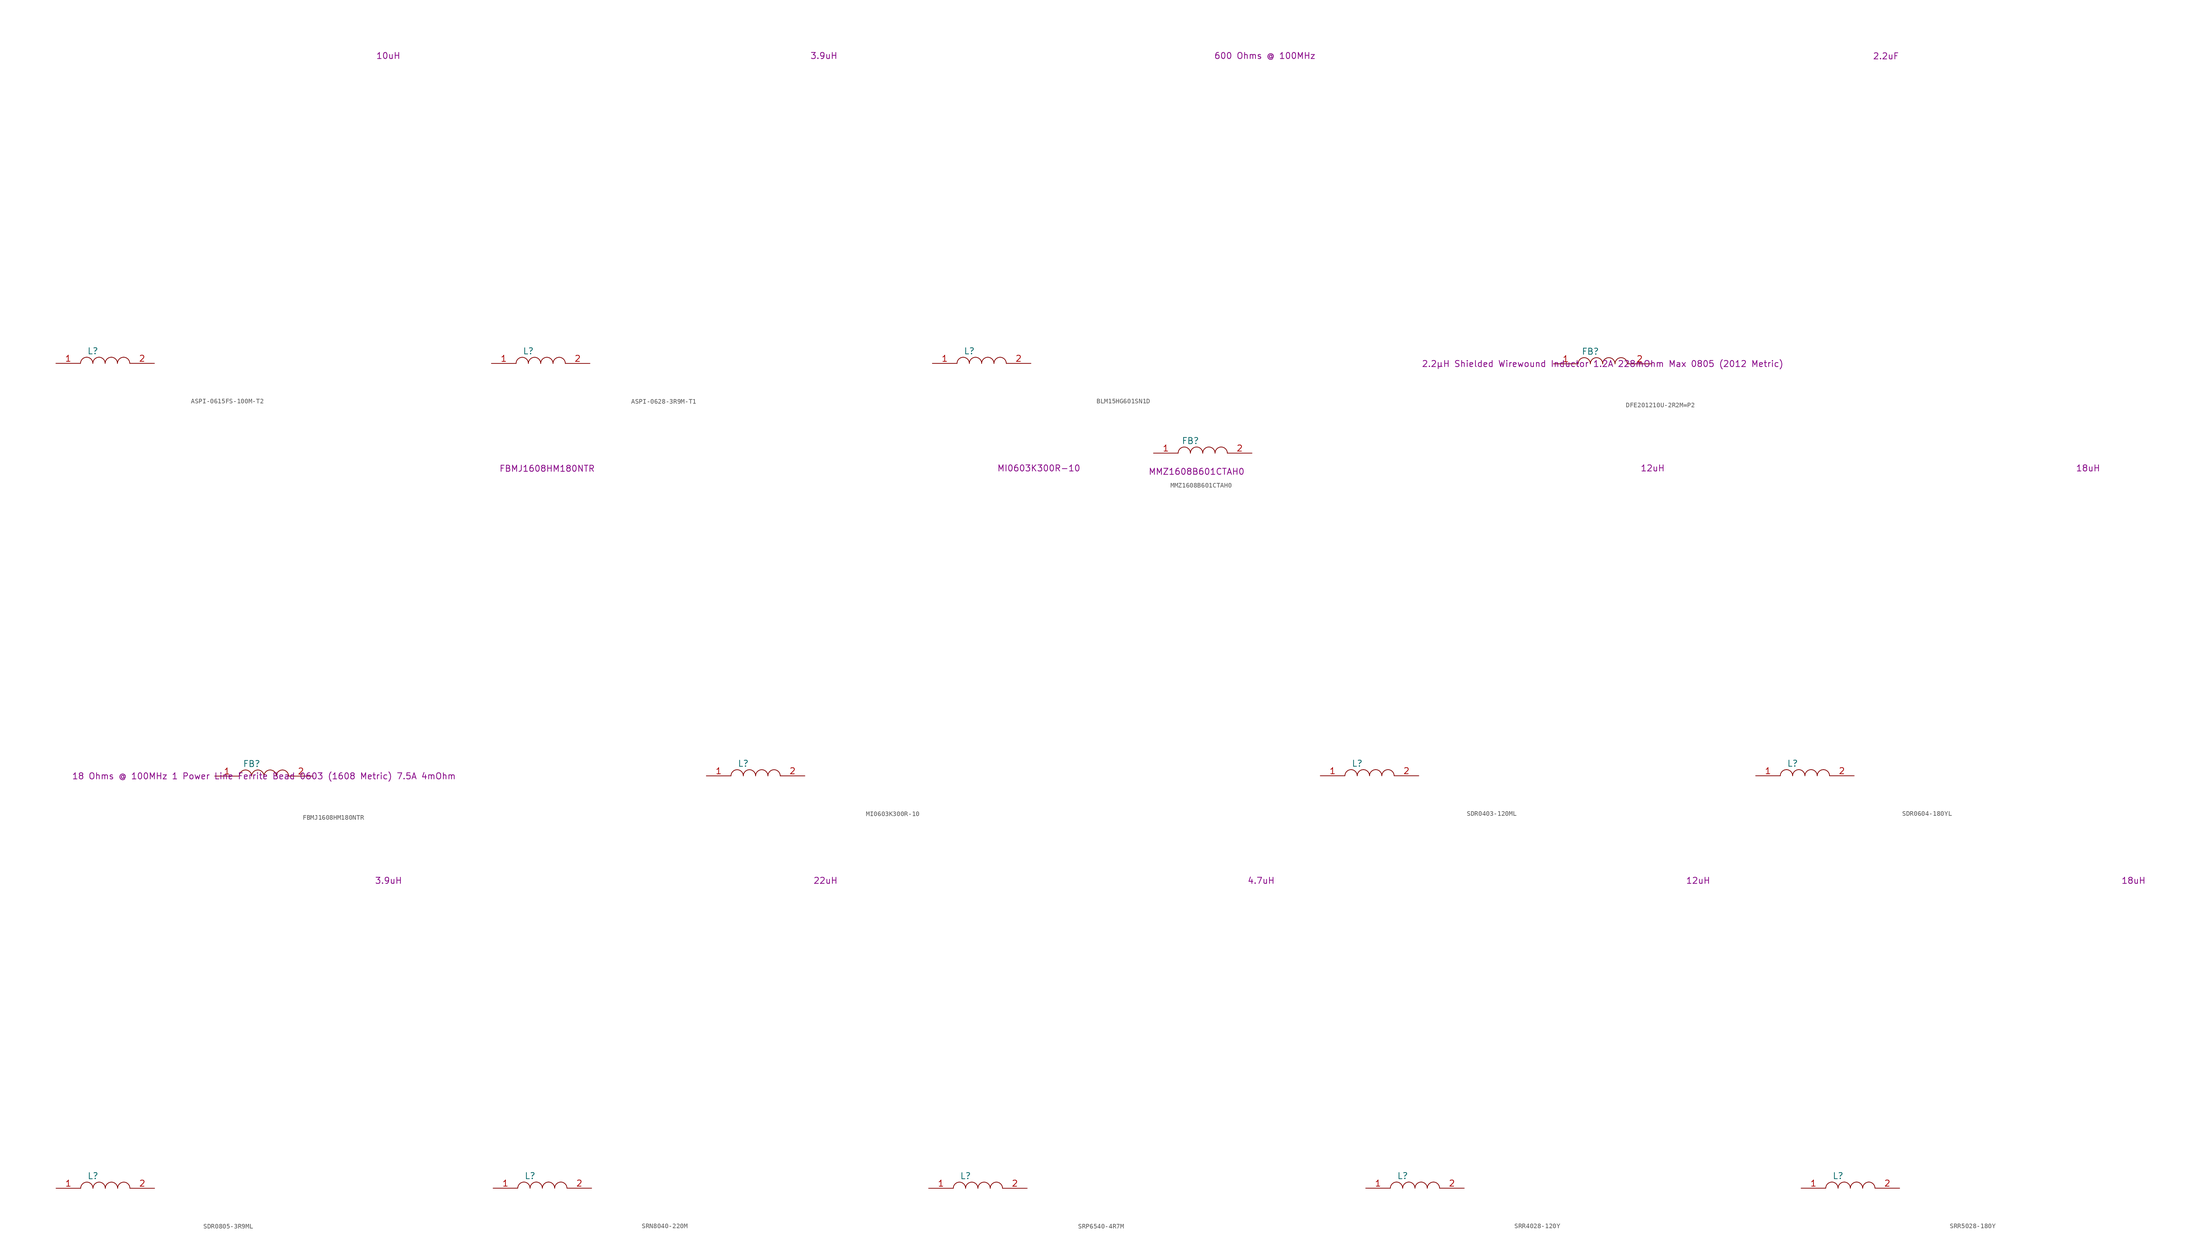
<source format=kicad_sym>
(kicad_symbol_lib
  (version 20241209)
  (generator "kicad_symbol_editor")
  (generator_version "9.0")
  (symbol "ASPI-0615FS-100M-T2"
    (pin_names
      (offset 1.016))
    (property "Reference" "L"
      (at -2.54 2.54 0)
      (effects (font (size 1.27 1.27))))
    (property "_Value_" "10uH"
      (at 58.42 63.5 0)
      (effects (font (size 1.27 1.27))))
    (symbol "ASPI-0615FS-100M-T2_1_1"
      (arc (start -5.08 0) (mid -4.7066 0.8888) (end -3.81 1.27) (stroke (width 0) (type solid)) (fill (type none)))
      (arc (start -3.81 1.27) (mid -2.9212 0.8966) (end -2.54 0) (stroke (width 0) (type solid)) (fill (type none)))
      (arc (start -2.54 0) (mid -2.1666 0.8888) (end -1.27 1.27) (stroke (width 0) (type solid)) (fill (type none)))
      (arc (start -1.27 1.27) (mid -0.3812 0.8966) (end 0 0) (stroke (width 0) (type solid)) (fill (type none)))
      (arc (start 0 0) (mid 0.3734 0.8888) (end 1.27 1.27) (stroke (width 0) (type solid)) (fill (type none)))
      (arc (start 1.27 1.27) (mid 2.1588 0.8966) (end 2.54 0) (stroke (width 0) (type solid)) (fill (type none)))
      (arc (start 2.54 0) (mid 2.9134 0.8888) (end 3.81 1.27) (stroke (width 0) (type solid)) (fill (type none)))
      (arc (start 3.81 1.27) (mid 4.6988 0.8966) (end 5.08 0) (stroke (width 0) (type solid)) (fill (type none)))
      (pin input line (at -10.16 0 0) (length 5.08) (name "~" (effects (font (size 1.27 1.27)))) (number "1" (effects (font (size 1.27 1.27)))))
      (pin input line (at 10.16 0 180) (length 5.08) (name "~" (effects (font (size 1.27 1.27)))) (number "2" (effects (font (size 1.27 1.27)))))))
  (symbol "ASPI-0628-3R9M-T1"
    (pin_names
      (offset 1.016))
    (property "Reference" "L"
      (at -2.54 2.54 0)
      (effects (font (size 1.27 1.27))))
    (property "_Value_" "3.9uH"
      (at 58.42 63.5 0)
      (effects (font (size 1.27 1.27))))
    (symbol "ASPI-0628-3R9M-T1_1_1"
      (arc (start -5.08 0) (mid -4.7066 0.8888) (end -3.81 1.27) (stroke (width 0) (type solid)) (fill (type none)))
      (arc (start -3.81 1.27) (mid -2.9212 0.8966) (end -2.54 0) (stroke (width 0) (type solid)) (fill (type none)))
      (arc (start -2.54 0) (mid -2.1666 0.8888) (end -1.27 1.27) (stroke (width 0) (type solid)) (fill (type none)))
      (arc (start -1.27 1.27) (mid -0.3812 0.8966) (end 0 0) (stroke (width 0) (type solid)) (fill (type none)))
      (arc (start 0 0) (mid 0.3734 0.8888) (end 1.27 1.27) (stroke (width 0) (type solid)) (fill (type none)))
      (arc (start 1.27 1.27) (mid 2.1588 0.8966) (end 2.54 0) (stroke (width 0) (type solid)) (fill (type none)))
      (arc (start 2.54 0) (mid 2.9134 0.8888) (end 3.81 1.27) (stroke (width 0) (type solid)) (fill (type none)))
      (arc (start 3.81 1.27) (mid 4.6988 0.8966) (end 5.08 0) (stroke (width 0) (type solid)) (fill (type none)))
      (pin input line (at -10.16 0 0) (length 5.08) (name "~" (effects (font (size 1.27 1.27)))) (number "1" (effects (font (size 1.27 1.27)))))
      (pin input line (at 10.16 0 180) (length 5.08) (name "~" (effects (font (size 1.27 1.27)))) (number "2" (effects (font (size 1.27 1.27)))))))
  (symbol "BLM15HG601SN1D"
    (pin_names
      (offset 1.016))
    (property "Reference" "L"
      (at -2.54 2.54 0)
      (effects (font (size 1.27 1.27))))
    (property "_Value_" "600 Ohms @ 100MHz"
      (at 58.42 63.5 0)
      (effects (font (size 1.27 1.27))))
    (symbol "BLM15HG601SN1D_1_1"
      (arc (start -5.08 0) (mid -4.7066 0.8888) (end -3.81 1.27) (stroke (width 0) (type solid)) (fill (type none)))
      (arc (start -3.81 1.27) (mid -2.9212 0.8966) (end -2.54 0) (stroke (width 0) (type solid)) (fill (type none)))
      (arc (start -2.54 0) (mid -2.1666 0.8888) (end -1.27 1.27) (stroke (width 0) (type solid)) (fill (type none)))
      (arc (start -1.27 1.27) (mid -0.3812 0.8966) (end 0 0) (stroke (width 0) (type solid)) (fill (type none)))
      (arc (start 0 0) (mid 0.3734 0.8888) (end 1.27 1.27) (stroke (width 0) (type solid)) (fill (type none)))
      (arc (start 1.27 1.27) (mid 2.1588 0.8966) (end 2.54 0) (stroke (width 0) (type solid)) (fill (type none)))
      (arc (start 2.54 0) (mid 2.9134 0.8888) (end 3.81 1.27) (stroke (width 0) (type solid)) (fill (type none)))
      (arc (start 3.81 1.27) (mid 4.6988 0.8966) (end 5.08 0) (stroke (width 0) (type solid)) (fill (type none)))
      (pin input line (at -10.16 0 0) (length 5.08) (name "~" (effects (font (size 1.27 1.27)))) (number "1" (effects (font (size 1.27 1.27)))))
      (pin input line (at 10.16 0 180) (length 5.08) (name "~" (effects (font (size 1.27 1.27)))) (number "2" (effects (font (size 1.27 1.27)))))))
  (symbol "DFE201210U-2R2M=P2"
    (pin_names
      (offset 1.016))
    (property "Reference" "FB"
      (at -2.54 2.54 0)
      (effects (font (size 1.27 1.27))))
    (property "_Value_" "2.2uF"
      (at 58.42 63.5 0)
      (effects (font (size 1.27 1.27))))
    (property "Description_1" "2.2µH Shielded Wirewound Inductor 1.2A 228mOhm Max 0805 (2012 Metric)"
      (at 0 0 0)
      (effects (font (size 1.27 1.27))))
    (symbol "DFE201210U-2R2M=P2_1_1"
      (arc (start -5.08 0) (mid -4.7066 0.8888) (end -3.81 1.27) (stroke (width 0) (type solid)) (fill (type none)))
      (arc (start -3.81 1.27) (mid -2.9212 0.8966) (end -2.54 0) (stroke (width 0) (type solid)) (fill (type none)))
      (arc (start -2.54 0) (mid -2.1666 0.8888) (end -1.27 1.27) (stroke (width 0) (type solid)) (fill (type none)))
      (arc (start -1.27 1.27) (mid -0.3812 0.8966) (end 0 0) (stroke (width 0) (type solid)) (fill (type none)))
      (arc (start 0 0) (mid 0.3734 0.8888) (end 1.27 1.27) (stroke (width 0) (type solid)) (fill (type none)))
      (arc (start 1.27 1.27) (mid 2.1588 0.8966) (end 2.54 0) (stroke (width 0) (type solid)) (fill (type none)))
      (arc (start 2.54 0) (mid 2.9134 0.8888) (end 3.81 1.27) (stroke (width 0) (type solid)) (fill (type none)))
      (arc (start 3.81 1.27) (mid 4.6988 0.8966) (end 5.08 0) (stroke (width 0) (type solid)) (fill (type none)))
      (pin input line (at -10.16 0 0) (length 5.08) (name "~" (effects (font (size 1.27 1.27)))) (number "1" (effects (font (size 1.27 1.27)))))
      (pin input line (at 10.16 0 180) (length 5.08) (name "~" (effects (font (size 1.27 1.27)))) (number "2" (effects (font (size 1.27 1.27)))))))
  (symbol "FBMJ1608HM180NTR"
    (pin_names
      (offset 1.016))
    (property "Reference" "FB"
      (at -2.54 2.54 0)
      (effects (font (size 1.27 1.27))))
    (property "_Value_" "FBMJ1608HM180NTR"
      (at 58.42 63.5 0)
      (effects (font (size 1.27 1.27))))
    (property "Description_1" "18 Ohms @ 100MHz 1 Power Line Ferrite Bead 0603 (1608 Metric) 7.5A 4mOhm"
      (at 0 0 0)
      (effects (font (size 1.27 1.27))))
    (symbol "FBMJ1608HM180NTR_1_1"
      (arc (start -5.08 0) (mid -4.7066 0.8888) (end -3.81 1.27) (stroke (width 0) (type solid)) (fill (type none)))
      (arc (start -3.81 1.27) (mid -2.9212 0.8966) (end -2.54 0) (stroke (width 0) (type solid)) (fill (type none)))
      (arc (start -2.54 0) (mid -2.1666 0.8888) (end -1.27 1.27) (stroke (width 0) (type solid)) (fill (type none)))
      (arc (start -1.27 1.27) (mid -0.3812 0.8966) (end 0 0) (stroke (width 0) (type solid)) (fill (type none)))
      (arc (start 0 0) (mid 0.3734 0.8888) (end 1.27 1.27) (stroke (width 0) (type solid)) (fill (type none)))
      (arc (start 1.27 1.27) (mid 2.1588 0.8966) (end 2.54 0) (stroke (width 0) (type solid)) (fill (type none)))
      (arc (start 2.54 0) (mid 2.9134 0.8888) (end 3.81 1.27) (stroke (width 0) (type solid)) (fill (type none)))
      (arc (start 3.81 1.27) (mid 4.6988 0.8966) (end 5.08 0) (stroke (width 0) (type solid)) (fill (type none)))
      (pin input line (at -10.16 0 0) (length 5.08) (name "~" (effects (font (size 1.27 1.27)))) (number "1" (effects (font (size 1.27 1.27)))))
      (pin input line (at 10.16 0 180) (length 5.08) (name "~" (effects (font (size 1.27 1.27)))) (number "2" (effects (font (size 1.27 1.27)))))))
  (symbol "MI0603K300R-10"
    (pin_names
      (offset 1.016))
    (property "Reference" "L"
      (at -2.54 2.54 0)
      (effects (font (size 1.27 1.27))))
    (property "_Value_" "MI0603K300R-10"
      (at 58.42 63.5 0)
      (effects (font (size 1.27 1.27))))
    (symbol "MI0603K300R-10_1_1"
      (arc (start -5.08 0) (mid -4.7066 0.8888) (end -3.81 1.27) (stroke (width 0) (type solid)) (fill (type none)))
      (arc (start -3.81 1.27) (mid -2.9212 0.8966) (end -2.54 0) (stroke (width 0) (type solid)) (fill (type none)))
      (arc (start -2.54 0) (mid -2.1666 0.8888) (end -1.27 1.27) (stroke (width 0) (type solid)) (fill (type none)))
      (arc (start -1.27 1.27) (mid -0.3812 0.8966) (end 0 0) (stroke (width 0) (type solid)) (fill (type none)))
      (arc (start 0 0) (mid 0.3734 0.8888) (end 1.27 1.27) (stroke (width 0) (type solid)) (fill (type none)))
      (arc (start 1.27 1.27) (mid 2.1588 0.8966) (end 2.54 0) (stroke (width 0) (type solid)) (fill (type none)))
      (arc (start 2.54 0) (mid 2.9134 0.8888) (end 3.81 1.27) (stroke (width 0) (type solid)) (fill (type none)))
      (arc (start 3.81 1.27) (mid 4.6988 0.8966) (end 5.08 0) (stroke (width 0) (type solid)) (fill (type none)))
      (pin input line (at -10.16 0 0) (length 5.08) (name "~" (effects (font (size 1.27 1.27)))) (number "1" (effects (font (size 1.27 1.27)))))
      (pin input line (at 10.16 0 180) (length 5.08) (name "~" (effects (font (size 1.27 1.27)))) (number "2" (effects (font (size 1.27 1.27)))))))
  (symbol "MMZ1608B601CTAH0"
    (pin_names
      (offset 1.016))
    (property "Reference" "FB"
      (at -2.54 2.54 0)
      (effects (font (size 1.27 1.27))))
    (property "_Value_" "MMZ1608B601CTAH0"
      (at -1.27 -3.81 0)
      (effects (font (size 1.27 1.27))))
    (symbol "MMZ1608B601CTAH0_1_1"
      (arc (start -5.08 0) (mid -4.7066 0.8888) (end -3.81 1.27) (stroke (width 0) (type solid)) (fill (type none)))
      (arc (start -3.81 1.27) (mid -2.9212 0.8966) (end -2.54 0) (stroke (width 0) (type solid)) (fill (type none)))
      (arc (start -2.54 0) (mid -2.1666 0.8888) (end -1.27 1.27) (stroke (width 0) (type solid)) (fill (type none)))
      (arc (start -1.27 1.27) (mid -0.3812 0.8966) (end 0 0) (stroke (width 0) (type solid)) (fill (type none)))
      (arc (start 0 0) (mid 0.3734 0.8888) (end 1.27 1.27) (stroke (width 0) (type solid)) (fill (type none)))
      (arc (start 1.27 1.27) (mid 2.1588 0.8966) (end 2.54 0) (stroke (width 0) (type solid)) (fill (type none)))
      (arc (start 2.54 0) (mid 2.9134 0.8888) (end 3.81 1.27) (stroke (width 0) (type solid)) (fill (type none)))
      (arc (start 3.81 1.27) (mid 4.6988 0.8966) (end 5.08 0) (stroke (width 0) (type solid)) (fill (type none)))
      (pin input line (at -10.16 0 0) (length 5.08) (name "~" (effects (font (size 1.27 1.27)))) (number "1" (effects (font (size 1.27 1.27)))))
      (pin input line (at 10.16 0 180) (length 5.08) (name "~" (effects (font (size 1.27 1.27)))) (number "2" (effects (font (size 1.27 1.27)))))))
  (symbol "SDR0403-120ML"
    (pin_names
      (offset 1.016))
    (property "Reference" "L"
      (at -2.54 2.54 0)
      (effects (font (size 1.27 1.27))))
    (property "_Value_" "12uH"
      (at 58.42 63.5 0)
      (effects (font (size 1.27 1.27))))
    (symbol "SDR0403-120ML_1_1"
      (arc (start -5.08 0) (mid -4.7066 0.8888) (end -3.81 1.27) (stroke (width 0) (type solid)) (fill (type none)))
      (arc (start -3.81 1.27) (mid -2.9212 0.8966) (end -2.54 0) (stroke (width 0) (type solid)) (fill (type none)))
      (arc (start -2.54 0) (mid -2.1666 0.8888) (end -1.27 1.27) (stroke (width 0) (type solid)) (fill (type none)))
      (arc (start -1.27 1.27) (mid -0.3812 0.8966) (end 0 0) (stroke (width 0) (type solid)) (fill (type none)))
      (arc (start 0 0) (mid 0.3734 0.8888) (end 1.27 1.27) (stroke (width 0) (type solid)) (fill (type none)))
      (arc (start 1.27 1.27) (mid 2.1588 0.8966) (end 2.54 0) (stroke (width 0) (type solid)) (fill (type none)))
      (arc (start 2.54 0) (mid 2.9134 0.8888) (end 3.81 1.27) (stroke (width 0) (type solid)) (fill (type none)))
      (arc (start 3.81 1.27) (mid 4.6988 0.8966) (end 5.08 0) (stroke (width 0) (type solid)) (fill (type none)))
      (pin input line (at -10.16 0 0) (length 5.08) (name "~" (effects (font (size 1.27 1.27)))) (number "1" (effects (font (size 1.27 1.27)))))
      (pin input line (at 10.16 0 180) (length 5.08) (name "~" (effects (font (size 1.27 1.27)))) (number "2" (effects (font (size 1.27 1.27)))))))
  (symbol "SDR0604-180YL"
    (pin_names
      (offset 1.016))
    (property "Reference" "L"
      (at -2.54 2.54 0)
      (effects (font (size 1.27 1.27))))
    (property "_Value_" "18uH"
      (at 58.42 63.5 0)
      (effects (font (size 1.27 1.27))))
    (symbol "SDR0604-180YL_1_1"
      (arc (start -5.08 0) (mid -4.7066 0.8888) (end -3.81 1.27) (stroke (width 0) (type solid)) (fill (type none)))
      (arc (start -3.81 1.27) (mid -2.9212 0.8966) (end -2.54 0) (stroke (width 0) (type solid)) (fill (type none)))
      (arc (start -2.54 0) (mid -2.1666 0.8888) (end -1.27 1.27) (stroke (width 0) (type solid)) (fill (type none)))
      (arc (start -1.27 1.27) (mid -0.3812 0.8966) (end 0 0) (stroke (width 0) (type solid)) (fill (type none)))
      (arc (start 0 0) (mid 0.3734 0.8888) (end 1.27 1.27) (stroke (width 0) (type solid)) (fill (type none)))
      (arc (start 1.27 1.27) (mid 2.1588 0.8966) (end 2.54 0) (stroke (width 0) (type solid)) (fill (type none)))
      (arc (start 2.54 0) (mid 2.9134 0.8888) (end 3.81 1.27) (stroke (width 0) (type solid)) (fill (type none)))
      (arc (start 3.81 1.27) (mid 4.6988 0.8966) (end 5.08 0) (stroke (width 0) (type solid)) (fill (type none)))
      (pin input line (at -10.16 0 0) (length 5.08) (name "~" (effects (font (size 1.27 1.27)))) (number "1" (effects (font (size 1.27 1.27)))))
      (pin input line (at 10.16 0 180) (length 5.08) (name "~" (effects (font (size 1.27 1.27)))) (number "2" (effects (font (size 1.27 1.27)))))))
  (symbol "SDR0805-3R9ML"
    (pin_names
      (offset 1.016))
    (property "Reference" "L"
      (at -2.54 2.54 0)
      (effects (font (size 1.27 1.27))))
    (property "_Value_" "3.9uH"
      (at 58.42 63.5 0)
      (effects (font (size 1.27 1.27))))
    (symbol "SDR0805-3R9ML_1_1"
      (arc (start -5.08 0) (mid -4.7066 0.8888) (end -3.81 1.27) (stroke (width 0) (type solid)) (fill (type none)))
      (arc (start -3.81 1.27) (mid -2.9212 0.8966) (end -2.54 0) (stroke (width 0) (type solid)) (fill (type none)))
      (arc (start -2.54 0) (mid -2.1666 0.8888) (end -1.27 1.27) (stroke (width 0) (type solid)) (fill (type none)))
      (arc (start -1.27 1.27) (mid -0.3812 0.8966) (end 0 0) (stroke (width 0) (type solid)) (fill (type none)))
      (arc (start 0 0) (mid 0.3734 0.8888) (end 1.27 1.27) (stroke (width 0) (type solid)) (fill (type none)))
      (arc (start 1.27 1.27) (mid 2.1588 0.8966) (end 2.54 0) (stroke (width 0) (type solid)) (fill (type none)))
      (arc (start 2.54 0) (mid 2.9134 0.8888) (end 3.81 1.27) (stroke (width 0) (type solid)) (fill (type none)))
      (arc (start 3.81 1.27) (mid 4.6988 0.8966) (end 5.08 0) (stroke (width 0) (type solid)) (fill (type none)))
      (pin input line (at -10.16 0 0) (length 5.08) (name "~" (effects (font (size 1.27 1.27)))) (number "1" (effects (font (size 1.27 1.27)))))
      (pin input line (at 10.16 0 180) (length 5.08) (name "~" (effects (font (size 1.27 1.27)))) (number "2" (effects (font (size 1.27 1.27)))))))
  (symbol "SRN8040-220M"
    (pin_names
      (offset 1.016))
    (property "Reference" "L"
      (at -2.54 2.54 0)
      (effects (font (size 1.27 1.27))))
    (property "_Value_" "22uH"
      (at 58.42 63.5 0)
      (effects (font (size 1.27 1.27))))
    (symbol "SRN8040-220M_1_1"
      (arc (start -5.08 0) (mid -4.7066 0.8888) (end -3.81 1.27) (stroke (width 0) (type solid)) (fill (type none)))
      (arc (start -3.81 1.27) (mid -2.9212 0.8966) (end -2.54 0) (stroke (width 0) (type solid)) (fill (type none)))
      (arc (start -2.54 0) (mid -2.1666 0.8888) (end -1.27 1.27) (stroke (width 0) (type solid)) (fill (type none)))
      (arc (start -1.27 1.27) (mid -0.3812 0.8966) (end 0 0) (stroke (width 0) (type solid)) (fill (type none)))
      (arc (start 0 0) (mid 0.3734 0.8888) (end 1.27 1.27) (stroke (width 0) (type solid)) (fill (type none)))
      (arc (start 1.27 1.27) (mid 2.1588 0.8966) (end 2.54 0) (stroke (width 0) (type solid)) (fill (type none)))
      (arc (start 2.54 0) (mid 2.9134 0.8888) (end 3.81 1.27) (stroke (width 0) (type solid)) (fill (type none)))
      (arc (start 3.81 1.27) (mid 4.6988 0.8966) (end 5.08 0) (stroke (width 0) (type solid)) (fill (type none)))
      (pin input line (at -10.16 0 0) (length 5.08) (name "~" (effects (font (size 1.27 1.27)))) (number "1" (effects (font (size 1.27 1.27)))))
      (pin input line (at 10.16 0 180) (length 5.08) (name "~" (effects (font (size 1.27 1.27)))) (number "2" (effects (font (size 1.27 1.27)))))))
  (symbol "SRP6540-4R7M"
    (pin_names
      (offset 1.016))
    (property "Reference" "L"
      (at -2.54 2.54 0)
      (effects (font (size 1.27 1.27))))
    (property "_Value_" "4.7uH"
      (at 58.42 63.5 0)
      (effects (font (size 1.27 1.27))))
    (symbol "SRP6540-4R7M_1_1"
      (arc (start -5.08 0) (mid -4.7066 0.8888) (end -3.81 1.27) (stroke (width 0) (type solid)) (fill (type none)))
      (arc (start -3.81 1.27) (mid -2.9212 0.8966) (end -2.54 0) (stroke (width 0) (type solid)) (fill (type none)))
      (arc (start -2.54 0) (mid -2.1666 0.8888) (end -1.27 1.27) (stroke (width 0) (type solid)) (fill (type none)))
      (arc (start -1.27 1.27) (mid -0.3812 0.8966) (end 0 0) (stroke (width 0) (type solid)) (fill (type none)))
      (arc (start 0 0) (mid 0.3734 0.8888) (end 1.27 1.27) (stroke (width 0) (type solid)) (fill (type none)))
      (arc (start 1.27 1.27) (mid 2.1588 0.8966) (end 2.54 0) (stroke (width 0) (type solid)) (fill (type none)))
      (arc (start 2.54 0) (mid 2.9134 0.8888) (end 3.81 1.27) (stroke (width 0) (type solid)) (fill (type none)))
      (arc (start 3.81 1.27) (mid 4.6988 0.8966) (end 5.08 0) (stroke (width 0) (type solid)) (fill (type none)))
      (pin input line (at -10.16 0 0) (length 5.08) (name "~" (effects (font (size 1.27 1.27)))) (number "1" (effects (font (size 1.27 1.27)))))
      (pin input line (at 10.16 0 180) (length 5.08) (name "~" (effects (font (size 1.27 1.27)))) (number "2" (effects (font (size 1.27 1.27)))))))
  (symbol "SRR4028-120Y"
    (pin_names
      (offset 1.016))
    (property "Reference" "L"
      (at -2.54 2.54 0)
      (effects (font (size 1.27 1.27))))
    (property "_Value_" "12uH"
      (at 58.42 63.5 0)
      (effects (font (size 1.27 1.27))))
    (symbol "SRR4028-120Y_1_1"
      (arc (start -5.08 0) (mid -4.7066 0.8888) (end -3.81 1.27) (stroke (width 0) (type solid)) (fill (type none)))
      (arc (start -3.81 1.27) (mid -2.9212 0.8966) (end -2.54 0) (stroke (width 0) (type solid)) (fill (type none)))
      (arc (start -2.54 0) (mid -2.1666 0.8888) (end -1.27 1.27) (stroke (width 0) (type solid)) (fill (type none)))
      (arc (start -1.27 1.27) (mid -0.3812 0.8966) (end 0 0) (stroke (width 0) (type solid)) (fill (type none)))
      (arc (start 0 0) (mid 0.3734 0.8888) (end 1.27 1.27) (stroke (width 0) (type solid)) (fill (type none)))
      (arc (start 1.27 1.27) (mid 2.1588 0.8966) (end 2.54 0) (stroke (width 0) (type solid)) (fill (type none)))
      (arc (start 2.54 0) (mid 2.9134 0.8888) (end 3.81 1.27) (stroke (width 0) (type solid)) (fill (type none)))
      (arc (start 3.81 1.27) (mid 4.6988 0.8966) (end 5.08 0) (stroke (width 0) (type solid)) (fill (type none)))
      (pin input line (at -10.16 0 0) (length 5.08) (name "~" (effects (font (size 1.27 1.27)))) (number "1" (effects (font (size 1.27 1.27)))))
      (pin input line (at 10.16 0 180) (length 5.08) (name "~" (effects (font (size 1.27 1.27)))) (number "2" (effects (font (size 1.27 1.27)))))))
  (symbol "SRR5028-180Y"
    (pin_names
      (offset 1.016))
    (property "Reference" "L"
      (at -2.54 2.54 0)
      (effects (font (size 1.27 1.27))))
    (property "_Value_" "18uH"
      (at 58.42 63.5 0)
      (effects (font (size 1.27 1.27))))
    (symbol "SRR5028-180Y_1_1"
      (arc (start -5.08 0) (mid -4.7066 0.8888) (end -3.81 1.27) (stroke (width 0) (type solid)) (fill (type none)))
      (arc (start -3.81 1.27) (mid -2.9212 0.8966) (end -2.54 0) (stroke (width 0) (type solid)) (fill (type none)))
      (arc (start -2.54 0) (mid -2.1666 0.8888) (end -1.27 1.27) (stroke (width 0) (type solid)) (fill (type none)))
      (arc (start -1.27 1.27) (mid -0.3812 0.8966) (end 0 0) (stroke (width 0) (type solid)) (fill (type none)))
      (arc (start 0 0) (mid 0.3734 0.8888) (end 1.27 1.27) (stroke (width 0) (type solid)) (fill (type none)))
      (arc (start 1.27 1.27) (mid 2.1588 0.8966) (end 2.54 0) (stroke (width 0) (type solid)) (fill (type none)))
      (arc (start 2.54 0) (mid 2.9134 0.8888) (end 3.81 1.27) (stroke (width 0) (type solid)) (fill (type none)))
      (arc (start 3.81 1.27) (mid 4.6988 0.8966) (end 5.08 0) (stroke (width 0) (type solid)) (fill (type none)))
      (pin input line (at -10.16 0 0) (length 5.08) (name "~" (effects (font (size 1.27 1.27)))) (number "1" (effects (font (size 1.27 1.27)))))
      (pin input line (at 10.16 0 180) (length 5.08) (name "~" (effects (font (size 1.27 1.27)))) (number "2" (effects (font (size 1.27 1.27))))))))
</source>
